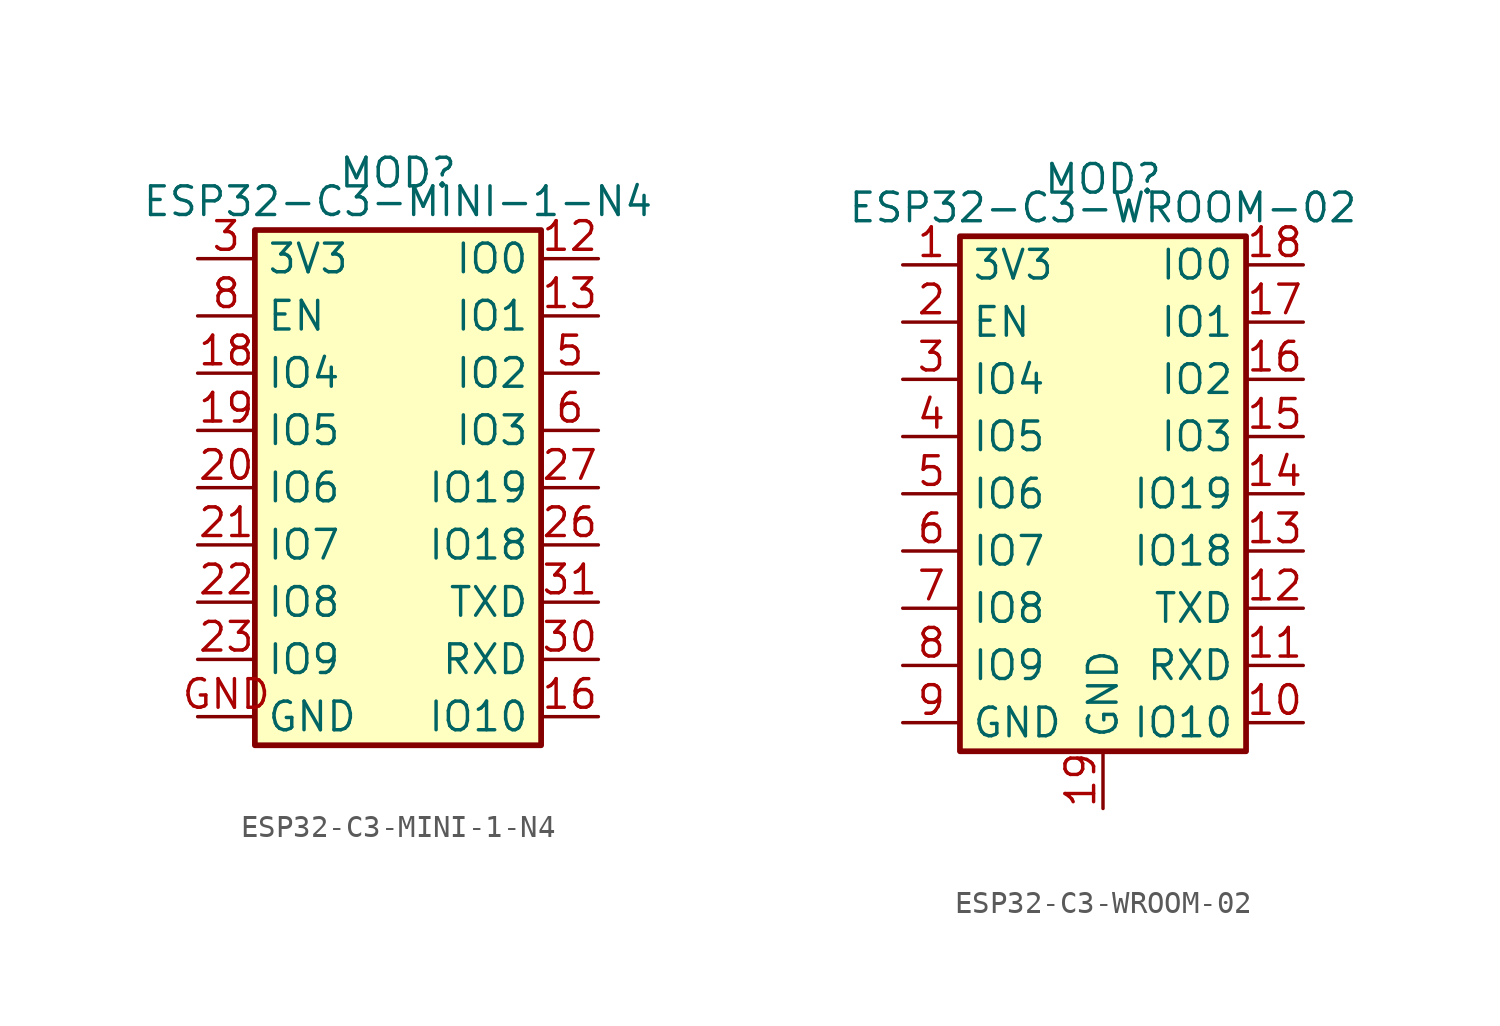
<source format=kicad_sym>
(kicad_symbol_lib
  (version 20220914)
  (generator kicad_symbol_editor)
  (symbol "ESP32-C3-MINI-1-N4"
    (property "Reference" "MOD"
      (at 0 0 0)
      (effects (font (size 1.27 1.27))))
    (property "Value" "ESP32-C3-MINI-1-N4"
      (at 0 -1.27 0)
      (effects (font (size 1.27 1.27))))
    (symbol "ESP32-C3-MINI-1-N4_1_1"
      (rectangle (start -6.35 -2.54) (end 6.35 -25.4) (stroke (width 0.254) (type default)) (fill (type background)))
      (pin bidirectional line (at 8.89 -3.81 180) (length 2.54) (name "IO0" (effects (font (size 1.27 1.27)))) (number "12" (effects (font (size 1.27 1.27)))))
      (pin bidirectional line (at 8.89 -6.35 180) (length 2.54) (name "IO1" (effects (font (size 1.27 1.27)))) (number "13" (effects (font (size 1.27 1.27)))))
      (pin bidirectional line (at 8.89 -24.13 180) (length 2.54) (name "IO10" (effects (font (size 1.27 1.27)))) (number "16" (effects (font (size 1.27 1.27)))))
      (pin bidirectional line (at -8.89 -8.89 0) (length 2.54) (name "IO4" (effects (font (size 1.27 1.27)))) (number "18" (effects (font (size 1.27 1.27)))))
      (pin bidirectional line (at -8.89 -11.43 0) (length 2.54) (name "IO5" (effects (font (size 1.27 1.27)))) (number "19" (effects (font (size 1.27 1.27)))))
      (pin bidirectional line (at -8.89 -13.97 0) (length 2.54) (name "IO6" (effects (font (size 1.27 1.27)))) (number "20" (effects (font (size 1.27 1.27)))))
      (pin bidirectional line (at -8.89 -16.51 0) (length 2.54) (name "IO7" (effects (font (size 1.27 1.27)))) (number "21" (effects (font (size 1.27 1.27)))))
      (pin bidirectional line (at -8.89 -19.05 0) (length 2.54) (name "IO8" (effects (font (size 1.27 1.27)))) (number "22" (effects (font (size 1.27 1.27)))))
      (pin bidirectional line (at -8.89 -21.59 0) (length 2.54) (name "IO9" (effects (font (size 1.27 1.27)))) (number "23" (effects (font (size 1.27 1.27)))))
      (pin bidirectional line (at 8.89 -16.51 180) (length 2.54) (name "IO18" (effects (font (size 1.27 1.27)))) (number "26" (effects (font (size 1.27 1.27)))))
      (pin bidirectional line (at 8.89 -13.97 180) (length 2.54) (name "IO19" (effects (font (size 1.27 1.27)))) (number "27" (effects (font (size 1.27 1.27)))))
      (pin power_in line (at -8.89 -3.81 0) (length 2.54) (name "3V3" (effects (font (size 1.27 1.27)))) (number "3" (effects (font (size 1.27 1.27)))))
      (pin bidirectional line (at 8.89 -21.59 180) (length 2.54) (name "RXD" (effects (font (size 1.27 1.27)))) (number "30" (effects (font (size 1.27 1.27)))))
      (pin bidirectional line (at 8.89 -19.05 180) (length 2.54) (name "TXD" (effects (font (size 1.27 1.27)))) (number "31" (effects (font (size 1.27 1.27)))))
      (pin bidirectional line (at 8.89 -8.89 180) (length 2.54) (name "IO2" (effects (font (size 1.27 1.27)))) (number "5" (effects (font (size 1.27 1.27)))))
      (pin bidirectional line (at 8.89 -11.43 180) (length 2.54) (name "IO3" (effects (font (size 1.27 1.27)))) (number "6" (effects (font (size 1.27 1.27)))))
      (pin input line (at -8.89 -6.35 0) (length 2.54) (name "EN" (effects (font (size 1.27 1.27)))) (number "8" (effects (font (size 1.27 1.27)))))
      (pin power_in line (at -8.89 -24.13 0) (length 2.54) (name "GND" (effects (font (size 1.27 1.27)))) (number "GND" (effects (font (size 1.27 1.27)))))))
  (symbol "ESP32-C3-WROOM-02"
    (property "Reference" "MOD"
      (at 0 13.97 0)
      (effects (font (size 1.27 1.27))))
    (property "Value" "ESP32-C3-WROOM-02"
      (at 0 12.7 0)
      (effects (font (size 1.27 1.27))))
    (symbol "ESP32-C3-WROOM-02_1_1"
      (rectangle (start -6.35 11.43) (end 6.35 -11.43) (stroke (width 0.254) (type default)) (fill (type background)))
      (pin power_in line (at -8.89 10.16 0) (length 2.54) (name "3V3" (effects (font (size 1.27 1.27)))) (number "1" (effects (font (size 1.27 1.27)))))
      (pin bidirectional line (at 8.89 -10.16 180) (length 2.54) (name "IO10" (effects (font (size 1.27 1.27)))) (number "10" (effects (font (size 1.27 1.27)))))
      (pin bidirectional line (at 8.89 -7.62 180) (length 2.54) (name "RXD" (effects (font (size 1.27 1.27)))) (number "11" (effects (font (size 1.27 1.27)))))
      (pin bidirectional line (at 8.89 -5.08 180) (length 2.54) (name "TXD" (effects (font (size 1.27 1.27)))) (number "12" (effects (font (size 1.27 1.27)))))
      (pin bidirectional line (at 8.89 -2.54 180) (length 2.54) (name "IO18" (effects (font (size 1.27 1.27)))) (number "13" (effects (font (size 1.27 1.27)))))
      (pin bidirectional line (at 8.89 0 180) (length 2.54) (name "IO19" (effects (font (size 1.27 1.27)))) (number "14" (effects (font (size 1.27 1.27)))))
      (pin bidirectional line (at 8.89 2.54 180) (length 2.54) (name "IO3" (effects (font (size 1.27 1.27)))) (number "15" (effects (font (size 1.27 1.27)))))
      (pin bidirectional line (at 8.89 5.08 180) (length 2.54) (name "IO2" (effects (font (size 1.27 1.27)))) (number "16" (effects (font (size 1.27 1.27)))))
      (pin bidirectional line (at 8.89 7.62 180) (length 2.54) (name "IO1" (effects (font (size 1.27 1.27)))) (number "17" (effects (font (size 1.27 1.27)))))
      (pin bidirectional line (at 8.89 10.16 180) (length 2.54) (name "IO0" (effects (font (size 1.27 1.27)))) (number "18" (effects (font (size 1.27 1.27)))))
      (pin power_in line (at 0 -13.97 90) (length 2.54) (name "GND" (effects (font (size 1.27 1.27)))) (number "19" (effects (font (size 1.27 1.27)))))
      (pin input line (at -8.89 7.62 0) (length 2.54) (name "EN" (effects (font (size 1.27 1.27)))) (number "2" (effects (font (size 1.27 1.27)))))
      (pin bidirectional line (at -8.89 5.08 0) (length 2.54) (name "IO4" (effects (font (size 1.27 1.27)))) (number "3" (effects (font (size 1.27 1.27)))))
      (pin bidirectional line (at -8.89 2.54 0) (length 2.54) (name "IO5" (effects (font (size 1.27 1.27)))) (number "4" (effects (font (size 1.27 1.27)))))
      (pin bidirectional line (at -8.89 0 0) (length 2.54) (name "IO6" (effects (font (size 1.27 1.27)))) (number "5" (effects (font (size 1.27 1.27)))))
      (pin bidirectional line (at -8.89 -2.54 0) (length 2.54) (name "IO7" (effects (font (size 1.27 1.27)))) (number "6" (effects (font (size 1.27 1.27)))))
      (pin bidirectional line (at -8.89 -5.08 0) (length 2.54) (name "IO8" (effects (font (size 1.27 1.27)))) (number "7" (effects (font (size 1.27 1.27)))))
      (pin bidirectional line (at -8.89 -7.62 0) (length 2.54) (name "IO9" (effects (font (size 1.27 1.27)))) (number "8" (effects (font (size 1.27 1.27)))))
      (pin power_in line (at -8.89 -10.16 0) (length 2.54) (name "GND" (effects (font (size 1.27 1.27)))) (number "9" (effects (font (size 1.27 1.27))))))))
</source>
